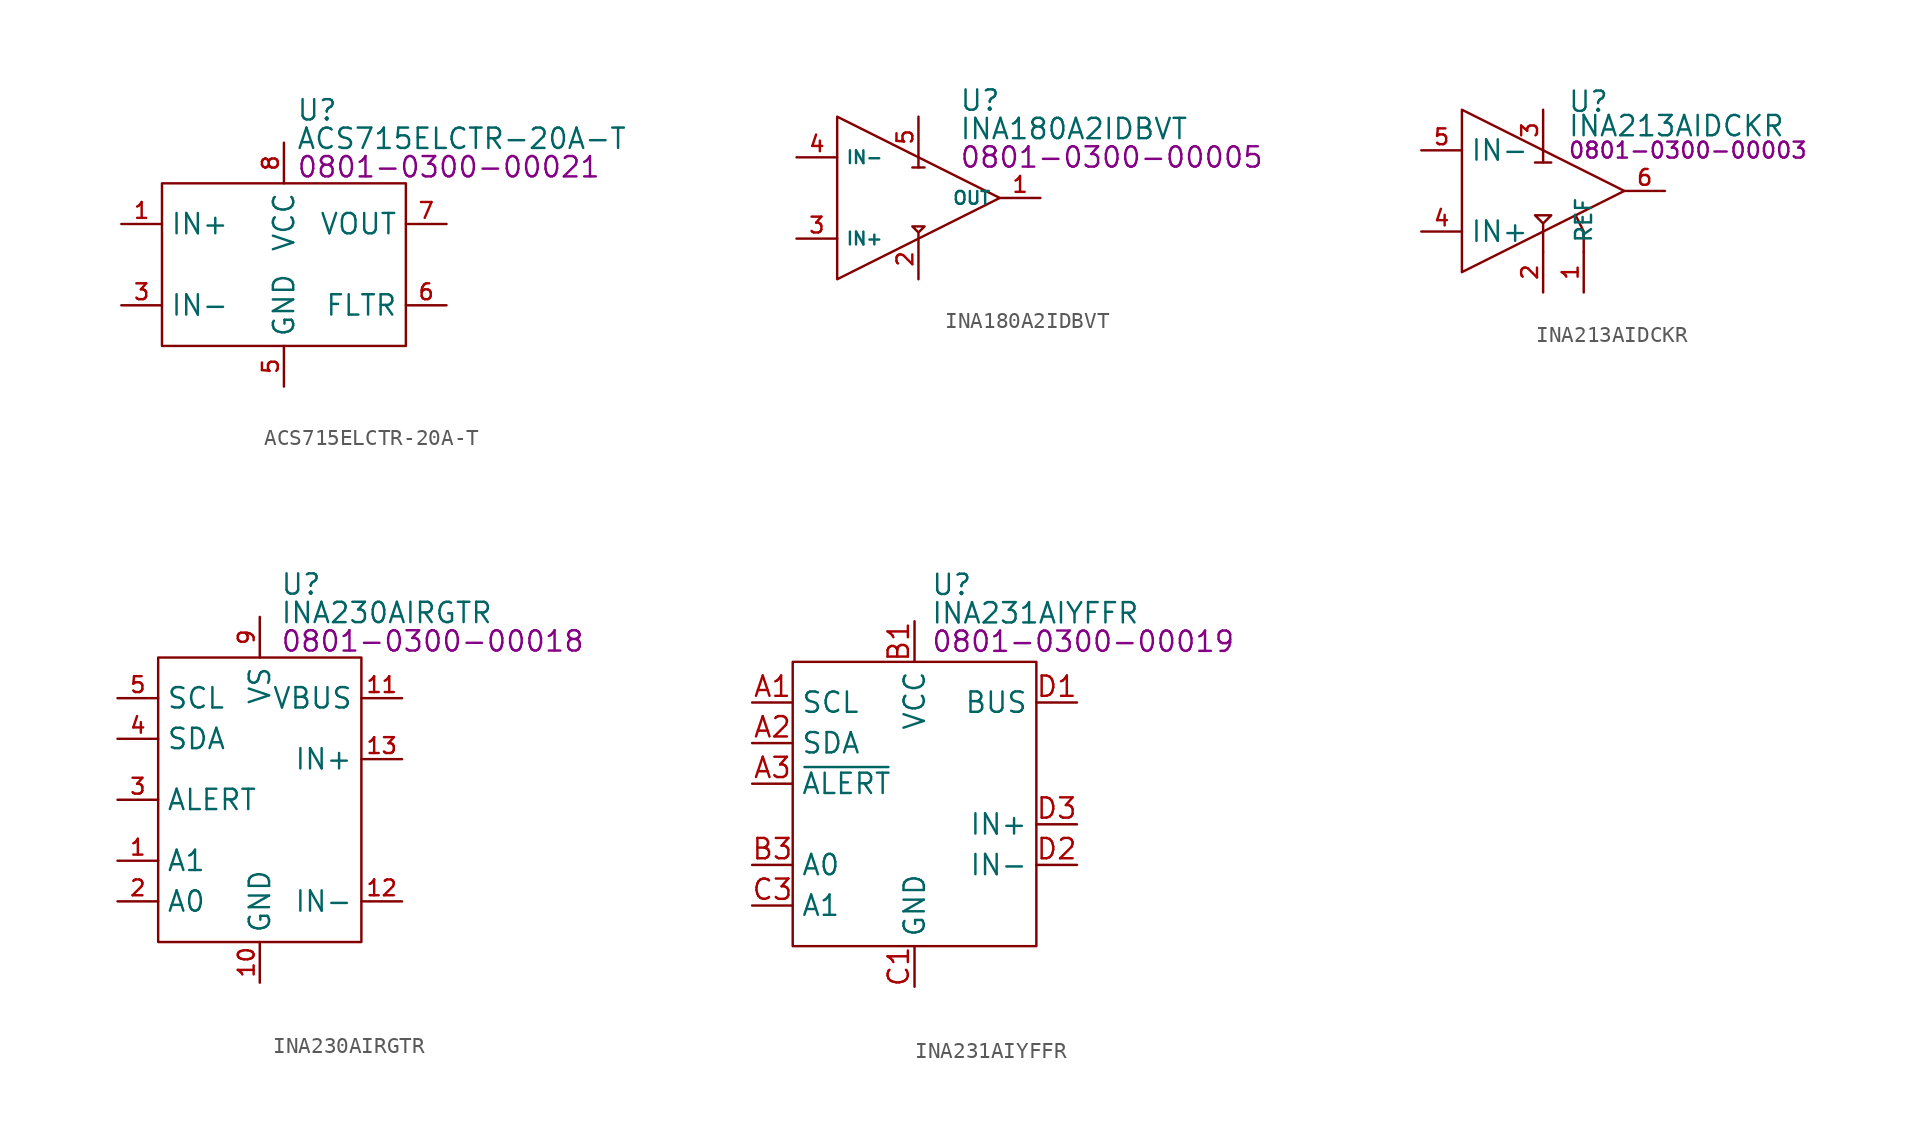
<source format=kicad_sym>
(kicad_symbol_lib
  (version 20231120)
  (generator "kicad_symbol_editor")
  (generator_version "8.0")
  (symbol "ACS715ELCTR-20A-T"
    (property "Reference" "U"
      (at 8.382 4.572 0)
      (effects (font (size 1.27 1.27)) (justify left)))
    (property "Value" "ACS715ELCTR-20A-T"
      (at 8.382 2.794 0)
      (effects (font (size 1.27 1.27)) (justify left)))
    (property "PartNumber" "0801-0300-00021"
      (at 8.382 1.016 0)
      (effects (font (size 1.27 1.27)) (justify left)))
    (symbol "ACS715ELCTR-20A-T_0_0"
      (pin input line (at -2.54 -2.54 0) (length 2.54) (name "IN+" (effects (font (size 1.27 1.27)))) (number "1" (effects (font (size 0.991 0.991)))))
      (pin input line (at -2.54 -2.54 0) (length 2.54) hide (name "IN+" (effects (font (size 1.27 1.27)))) (number "2" (effects (font (size 0.991 0.991)))))
      (pin output line (at -2.54 -7.62 0) (length 2.54) (name "IN-" (effects (font (size 1.27 1.27)))) (number "3" (effects (font (size 0.991 0.991)))))
      (pin output line (at -2.54 -7.62 0) (length 2.54) hide (name "IN-" (effects (font (size 1.27 1.27)))) (number "4" (effects (font (size 0.991 0.991)))))
      (pin power_in line (at 7.62 -12.7 90) (length 2.54) (name "GND" (effects (font (size 1.27 1.27)))) (number "5" (effects (font (size 0.991 0.991)))))
      (pin output line (at 17.78 -2.54 180) (length 2.54) (name "VOUT" (effects (font (size 1.27 1.27)))) (number "7" (effects (font (size 0.991 0.991)))))
      (pin power_in line (at 7.62 2.54 270) (length 2.54) (name "VCC" (effects (font (size 1.27 1.27)))) (number "8" (effects (font (size 0.991 0.991))))))
    (symbol "ACS715ELCTR-20A-T_0_1"
      (rectangle (start 0 0) (end 15.24 -10.16) (stroke (width 0) (type default)) (fill (type none))))
    (symbol "ACS715ELCTR-20A-T_1_0"
      (pin input line (at 17.78 -7.62 180) (length 2.54) (name "FLTR" (effects (font (size 1.27 1.27)))) (number "6" (effects (font (size 0.991 0.991)))))))
  (symbol "INA180A2IDBVT"
    (property "Reference" "U"
      (at 7.62 6.096 0)
      (effects (font (size 1.27 1.27)) (justify left)))
    (property "Value" "INA180A2IDBVT"
      (at 7.62 4.318 0)
      (effects (font (size 1.27 1.27)) (justify left)))
    (property "PartNumber" "0801-0300-00005"
      (at 7.62 2.54 0)
      (effects (font (size 1.27 1.27)) (justify left)))
    (symbol "INA180A2IDBVT_0_0"
      (polyline (pts (xy 5.08 2.54) (xy 5.08 1.905)) (stroke (width 0) (type default)) (fill (type none)))
      (polyline (pts (xy 5.461 1.905) (xy 4.699 1.905)) (stroke (width 0) (type default)) (fill (type none)))
      (polyline (pts (xy 5.08 -2.54) (xy 5.08 -2.159) (xy 4.699 -1.778) (xy 5.461 -1.778) (xy 5.08 -2.159)) (stroke (width 0) (type default)) (fill (type none)))
      (pin input line (at -2.54 -2.54 0) (length 2.54) (name "IN+" (effects (font (size 0.8 0.8)))) (number "3" (effects (font (size 0.991 0.991)))))
      (pin input line (at -2.54 2.54 0) (length 2.54) (name "IN-" (effects (font (size 0.8 0.8)))) (number "4" (effects (font (size 0.991 0.991))))))
    (symbol "INA180A2IDBVT_1_0"
      (pin output line (at 12.7 0 180) (length 2.54) (name "OUT" (effects (font (size 0.8 0.8)))) (number "1" (effects (font (size 0.991 0.991)))))
      (pin power_in line (at 5.08 -5.08 90) (length 2.54) (name "GND" (effects (font (size 0 0)))) (number "2" (effects (font (size 0.991 0.991)))))
      (pin power_in line (at 5.08 5.08 270) (length 2.54) (name "VS" (effects (font (size 0 0)))) (number "5" (effects (font (size 0.991 0.991))))))
    (symbol "INA180A2IDBVT_1_1"
      (polyline (pts (xy 0 5.08) (xy 0 -5.08) (xy 10.16 0) (xy 0 5.08)) (stroke (width 0) (type default)) (fill (type none)))))
  (symbol "INA213AIDCKR"
    (property "Reference" "U"
      (at 6.604 5.588 0)
      (effects (font (size 1.27 1.27)) (justify left)))
    (property "Value" "INA213AIDCKR"
      (at 6.604 4.064 0)
      (effects (font (size 1.27 1.27)) (justify left)))
    (property "PartNumber" "0801-0300-00003"
      (at 6.604 2.54 0)
      (effects (font (size 1 1)) (justify left)))
    (symbol "INA213AIDCKR_0_0"
      (pin input line (at 7.62 -6.35 90) (length 2.54) (name "REF" (effects (font (size 1 1)))) (number "1" (effects (font (size 0.991 0.991)))))
      (pin power_in line (at 5.08 -6.35 90) (length 2.54) (name "GND" (effects (font (size 0 0)))) (number "2" (effects (font (size 0.991 0.991)))))
      (pin power_in line (at 5.08 5.08 270) (length 2.54) (name "V+" (effects (font (size 0 0)))) (number "3" (effects (font (size 0.991 0.991)))))
      (pin input line (at -2.54 -2.54 0) (length 2.54) (name "IN+" (effects (font (size 1.27 1.27)))) (number "4" (effects (font (size 0.991 0.991)))))
      (pin input line (at -2.54 2.54 0) (length 2.54) (name "IN-" (effects (font (size 1.27 1.27)))) (number "5" (effects (font (size 0.991 0.991)))))
      (pin output line (at 12.7 0 180) (length 2.54) (name "OUT" (effects (font (size 0 0)))) (number "6" (effects (font (size 0.991 0.991))))))
    (symbol "INA213AIDCKR_0_1"
      (polyline (pts (xy 4.572 1.778) (xy 5.588 1.778)) (stroke (width 0) (type default)) (fill (type none)))
      (polyline (pts (xy 5.08 -3.81) (xy 5.08 -2.54)) (stroke (width 0) (type default)) (fill (type none)))
      (polyline (pts (xy 5.08 2.54) (xy 5.08 1.778)) (stroke (width 0) (type default)) (fill (type none)))
      (polyline (pts (xy 7.62 -3.81) (xy 7.62 -2.54) (xy 7.112 -1.524)) (stroke (width 0) (type default)) (fill (type none)))
      (polyline (pts (xy 5.08 -2.54) (xy 5.08 -2.032) (xy 4.572 -1.524) (xy 5.588 -1.524) (xy 5.08 -2.032)) (stroke (width 0) (type default)) (fill (type none))))
    (symbol "INA213AIDCKR_1_1"
      (polyline (pts (xy 0 5.08) (xy 0 -5.08) (xy 10.16 0) (xy 0 5.08)) (stroke (width 0) (type default)) (fill (type none)))))
  (symbol "INA230AIRGTR"
    (property "Reference" "U"
      (at 7.62 4.572 0)
      (effects (font (size 1.27 1.27)) (justify left)))
    (property "Value" "INA230AIRGTR"
      (at 7.62 2.794 0)
      (effects (font (size 1.27 1.27)) (justify left)))
    (property "PartNumber" "0801-0300-00018"
      (at 7.62 1.016 0)
      (effects (font (size 1.27 1.27)) (justify left)))
    (symbol "INA230AIRGTR_0_0"
      (pin unspecified line (at -2.54 -12.7 0) (length 2.54) (name "A1" (effects (font (size 1.27 1.27)))) (number "1" (effects (font (size 0.991 0.991)))))
      (pin unspecified line (at 6.35 -20.32 90) (length 2.54) (name "GND" (effects (font (size 1.27 1.27)))) (number "10" (effects (font (size 0.991 0.991)))))
      (pin unspecified line (at 15.24 -2.54 180) (length 2.54) (name "VBUS" (effects (font (size 1.27 1.27)))) (number "11" (effects (font (size 0.991 0.991)))))
      (pin unspecified line (at 15.24 -15.24 180) (length 2.54) (name "IN-" (effects (font (size 1.27 1.27)))) (number "12" (effects (font (size 0.991 0.991)))))
      (pin unspecified line (at 15.24 -6.35 180) (length 2.54) (name "IN+" (effects (font (size 1.27 1.27)))) (number "13" (effects (font (size 0.991 0.991)))))
      (pin unspecified line (at 10.16 -10.16 0) (length 2.54) hide (name "NC" (effects (font (size 1.27 1.27)))) (number "14" (effects (font (size 0.991 0.991)))))
      (pin unspecified line (at 10.16 -10.16 0) (length 2.54) hide (name "NC" (effects (font (size 1.27 1.27)))) (number "15" (effects (font (size 0.991 0.991)))))
      (pin unspecified line (at 10.16 -10.16 0) (length 2.54) hide (name "NC" (effects (font (size 1.27 1.27)))) (number "16" (effects (font (size 0.991 0.991)))))
      (pin unspecified line (at 6.35 -20.32 90) (length 2.54) hide (name "GND" (effects (font (size 1.27 1.27)))) (number "17" (effects (font (size 0.991 0.991)))))
      (pin unspecified line (at -2.54 -15.24 0) (length 2.54) (name "A0" (effects (font (size 1.27 1.27)))) (number "2" (effects (font (size 0.991 0.991)))))
      (pin unspecified line (at -2.54 -8.89 0) (length 2.54) (name "ALERT" (effects (font (size 1.27 1.27)))) (number "3" (effects (font (size 0.991 0.991)))))
      (pin unspecified line (at -2.54 -5.08 0) (length 2.54) (name "SDA" (effects (font (size 1.27 1.27)))) (number "4" (effects (font (size 0.991 0.991)))))
      (pin unspecified line (at -2.54 -2.54 0) (length 2.54) (name "SCL" (effects (font (size 1.27 1.27)))) (number "5" (effects (font (size 0.991 0.991)))))
      (pin unspecified line (at 10.16 -10.16 0) (length 2.54) hide (name "NC" (effects (font (size 1.27 1.27)))) (number "6" (effects (font (size 0.991 0.991)))))
      (pin unspecified line (at 10.16 -10.16 0) (length 2.54) hide (name "NC" (effects (font (size 1.27 1.27)))) (number "7" (effects (font (size 0.991 0.991)))))
      (pin unspecified line (at 10.16 -10.16 0) (length 2.54) hide (name "NC" (effects (font (size 1.27 1.27)))) (number "8" (effects (font (size 0.991 0.991)))))
      (pin unspecified line (at 6.35 2.54 270) (length 2.54) (name "VS" (effects (font (size 1.27 1.27)))) (number "9" (effects (font (size 0.991 0.991))))))
    (symbol "INA230AIRGTR_0_1"
      (rectangle (start 0 0) (end 12.7 -17.78) (stroke (width 0) (type default)) (fill (type none)))))
  (symbol "INA231AIYFFR"
    (property "Reference" "U"
      (at 8.636 4.826 0)
      (effects (font (size 1.27 1.27)) (justify left)))
    (property "Value" "INA231AIYFFR"
      (at 8.636 3.048 0)
      (effects (font (size 1.27 1.27)) (justify left)))
    (property "PartNumber" "0801-0300-00019"
      (at 8.636 1.27 0)
      (effects (font (size 1.27 1.27)) (justify left)))
    (symbol "INA231AIYFFR_0_0"
      (pin bidirectional line (at -2.54 -2.54 0) (length 2.54) (name "SCL" (effects (font (size 1.27 1.27)))) (number "A1" (effects (font (size 1.27 1.27)))))
      (pin bidirectional line (at -2.54 -5.08 0) (length 2.54) (name "SDA" (effects (font (size 1.27 1.27)))) (number "A2" (effects (font (size 1.27 1.27)))))
      (pin output line (at -2.54 -7.62 0) (length 2.54) (name "~{ALERT}" (effects (font (size 1.27 1.27)))) (number "A3" (effects (font (size 1.27 1.27)))))
      (pin input line (at 7.62 2.54 270) (length 2.54) (name "VCC" (effects (font (size 1.27 1.27)))) (number "B1" (effects (font (size 1.27 1.27)))))
      (pin no_connect line (at 0 1.27 0) (length 2.54) hide (name "NC" (effects (font (size 1.27 1.27)))) (number "B2" (effects (font (size 1.27 1.27)))))
      (pin input line (at -2.54 -12.7 0) (length 2.54) (name "A0" (effects (font (size 1.27 1.27)))) (number "B3" (effects (font (size 1.27 1.27)))))
      (pin power_in line (at 7.62 -20.32 90) (length 2.54) (name "GND" (effects (font (size 1.27 1.27)))) (number "C1" (effects (font (size 1.27 1.27)))))
      (pin no_connect line (at 0 1.27 0) (length 2.54) hide (name "NC" (effects (font (size 1.27 1.27)))) (number "C2" (effects (font (size 1.27 1.27)))))
      (pin input line (at -2.54 -15.24 0) (length 2.54) (name "A1" (effects (font (size 1.27 1.27)))) (number "C3" (effects (font (size 1.27 1.27)))))
      (pin input line (at 17.78 -2.54 180) (length 2.54) (name "BUS" (effects (font (size 1.27 1.27)))) (number "D1" (effects (font (size 1.27 1.27)))))
      (pin input line (at 17.78 -12.7 180) (length 2.54) (name "IN-" (effects (font (size 1.27 1.27)))) (number "D2" (effects (font (size 1.27 1.27)))))
      (pin input line (at 17.78 -10.16 180) (length 2.54) (name "IN+" (effects (font (size 1.27 1.27)))) (number "D3" (effects (font (size 1.27 1.27))))))
    (symbol "INA231AIYFFR_0_1"
      (rectangle (start 0 0) (end 15.24 -17.78) (stroke (width 0) (type default)) (fill (type none))))))
</source>
